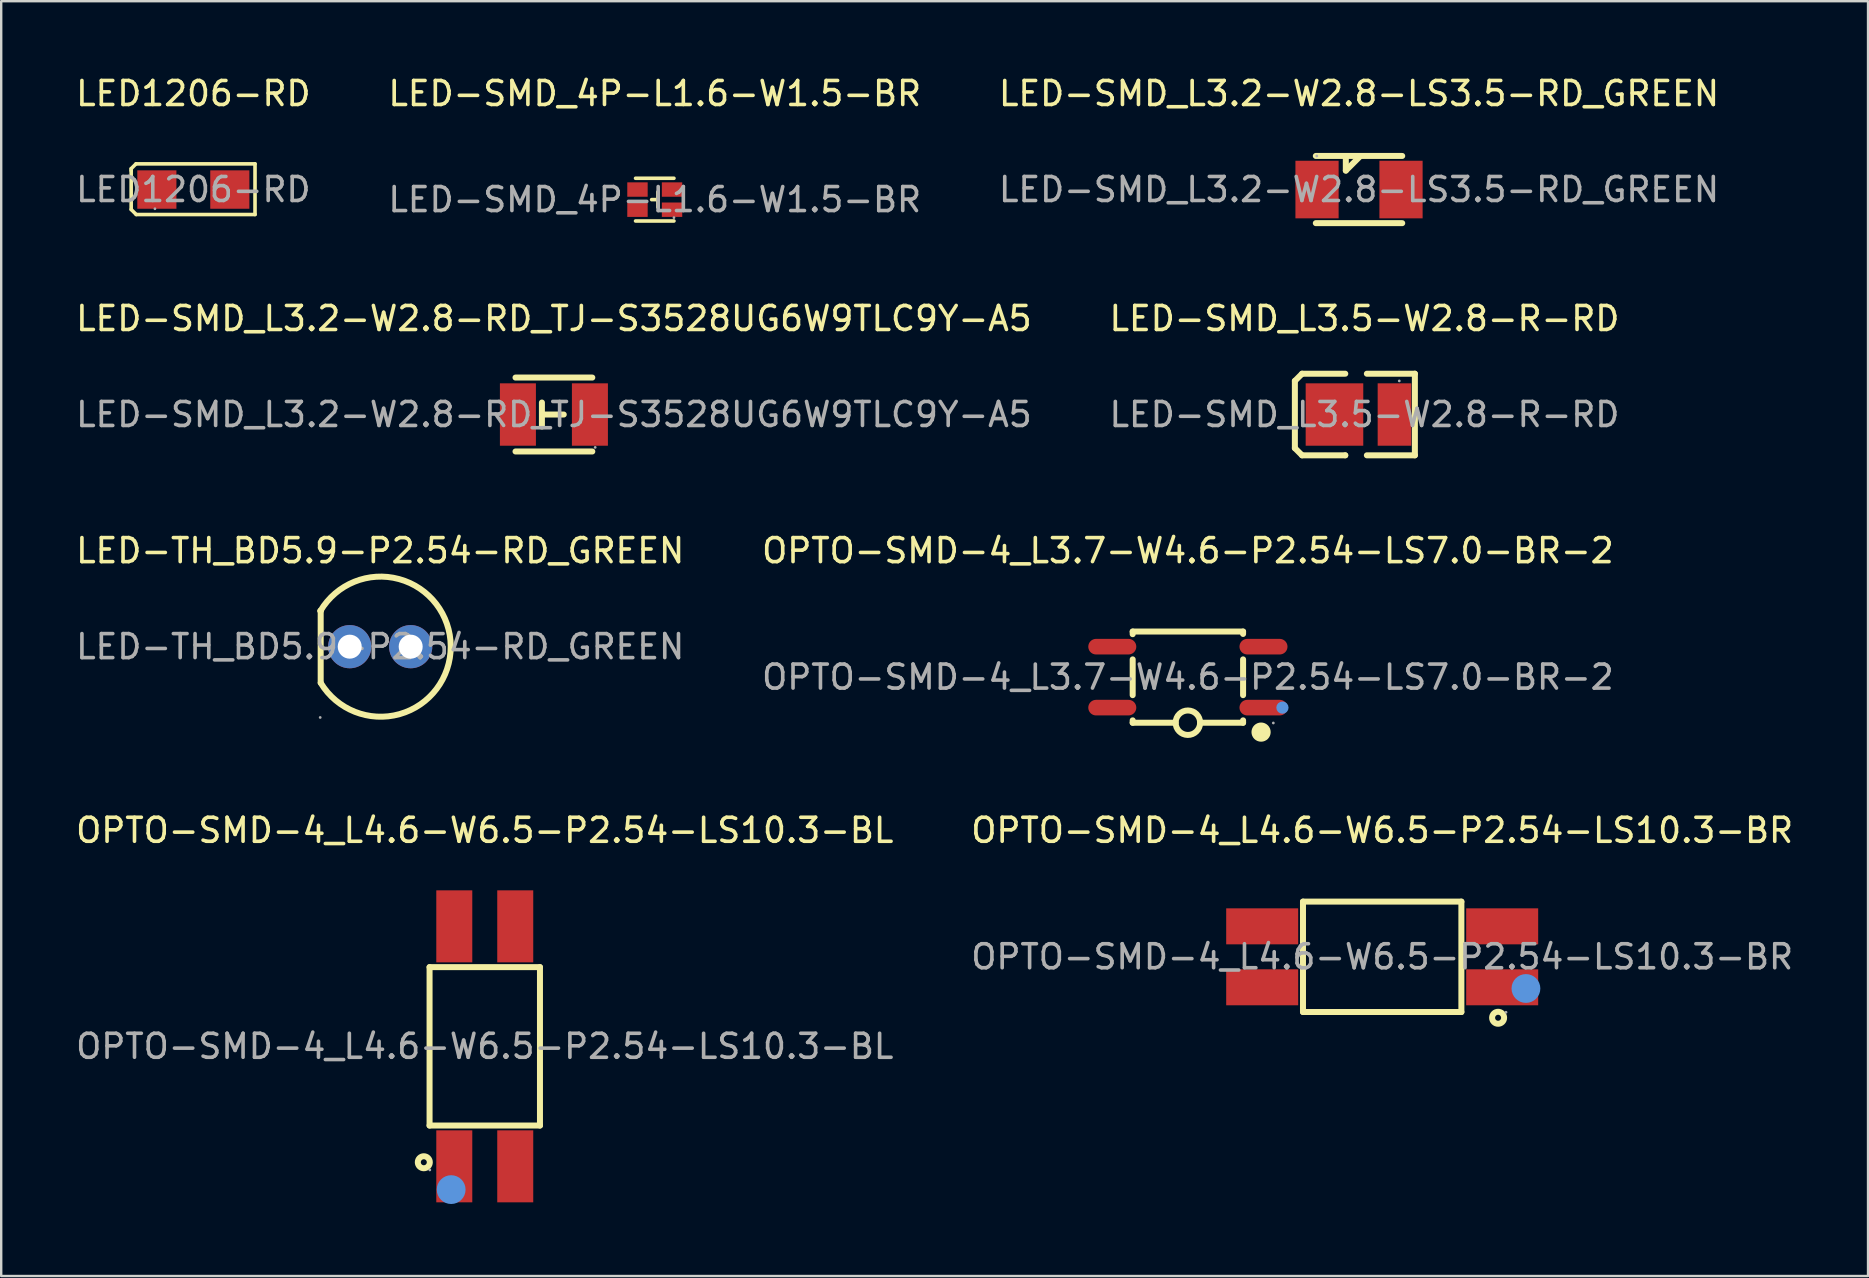
<source format=kicad_pcb>
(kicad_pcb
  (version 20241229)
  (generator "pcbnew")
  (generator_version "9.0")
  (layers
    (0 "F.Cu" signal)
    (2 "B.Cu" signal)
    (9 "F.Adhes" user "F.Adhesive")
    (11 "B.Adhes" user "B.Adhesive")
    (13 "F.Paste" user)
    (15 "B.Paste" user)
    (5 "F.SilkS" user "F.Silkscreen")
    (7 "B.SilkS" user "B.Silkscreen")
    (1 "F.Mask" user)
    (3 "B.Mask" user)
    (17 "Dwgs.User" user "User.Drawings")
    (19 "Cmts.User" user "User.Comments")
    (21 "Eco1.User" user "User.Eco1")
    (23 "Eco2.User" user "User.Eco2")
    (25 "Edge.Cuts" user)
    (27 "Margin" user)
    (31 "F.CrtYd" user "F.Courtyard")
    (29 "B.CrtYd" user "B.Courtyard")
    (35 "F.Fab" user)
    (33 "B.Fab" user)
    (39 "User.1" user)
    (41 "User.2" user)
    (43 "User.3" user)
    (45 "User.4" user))
  (footprint "OPTO-SMD-4_L3.7-W4.6-P2.54-LS7.0-BR-2"
    (layer "F.Cu")
    (at 46.446 25.165)
    (property "Reference" "OPTO-SMD-4_L3.7-W4.6-P2.54-LS7.0-BR-2" (at 0 -5.27 0) (layer "F.SilkS") (effects (font (size 1 1) (thickness 0.15))))
    (attr through_hole)
    (fp_line (start -2.3 -1.9) (end 2.3 -1.9) (stroke (width 0.25) (type solid)) (layer "F.SilkS"))
    (fp_line (start -2.3 -1.79) (end -2.3 -1.9) (stroke (width 0.25) (type solid)) (layer "F.SilkS"))
    (fp_line (start -2.3 0.75) (end -2.3 -0.74) (stroke (width 0.25) (type solid)) (layer "F.SilkS"))
    (fp_line (start -2.3 1.9) (end -2.3 1.8) (stroke (width 0.25) (type solid)) (layer "F.SilkS"))
    (fp_line (start -2.3 1.9) (end -0.51 1.9) (stroke (width 0.25) (type solid)) (layer "F.SilkS"))
    (fp_line (start 2.3 -1.8) (end 2.3 -1.9) (stroke (width 0.25) (type solid)) (layer "F.SilkS"))
    (fp_line (start 2.3 0.75) (end 2.3 -0.74) (stroke (width 0.25) (type solid)) (layer "F.SilkS"))
    (fp_line (start 2.3 1.9) (end 0.51 1.9) (stroke (width 0.25) (type solid)) (layer "F.SilkS"))
    (fp_line (start 2.3 1.9) (end 2.3 1.8) (stroke (width 0.25) (type solid)) (layer "F.SilkS"))
    (fp_arc (start 0.509922 1.908901) (mid -0.50998 1.895549) (end 0.51 1.9) (stroke (width 0.25) (type solid)) (layer "F.SilkS"))
    (fp_arc (start 3.05 2.29) (mid 3.05 2.29) (end 3.05 2.29) (stroke (width 0.4) (type solid)) (layer "F.SilkS"))
    (fp_circle (center 3.94 1.27) (end 4.07 1.27) (stroke (width 0.25) (type solid)) (fill no) (layer "Cmts.User"))
    (fp_circle (center 3.56 1.91) (end 3.59 1.91) (stroke (width 0.06) (type solid)) (fill no) (layer "F.Fab"))
    (fp_text user "${REFERENCE}" (at 0 0 0) (layer "F.Fab") (effects (font (size 1 1) (thickness 0.15))))
    (pad "1" smd oval (at 3.15 1.27 270) (size 0.65 2) (layers "F.Cu" "F.Mask" "F.Paste"))
    (pad "2" smd oval (at 3.15 -1.27 270) (size 0.65 2) (layers "F.Cu" "F.Mask" "F.Paste"))
    (pad "3" smd oval (at -3.15 -1.27 270) (size 0.65 2) (layers "F.Cu" "F.Mask" "F.Paste"))
    (pad "4" smd oval (at -3.15 1.27 270) (size 0.65 2) (layers "F.Cu" "F.Mask" "F.Paste")))
  (footprint "LED-SMD_L3.2-W2.8-LS3.5-RD_GREEN"
    (layer "F.Cu")
    (at 53.577 4.848)
    (property "Reference" "LED-SMD_L3.2-W2.8-LS3.5-RD_GREEN" (at 0 -4 0) (layer "F.SilkS") (effects (font (size 1 1) (thickness 0.15))))
    (attr through_hole)
    (fp_line (start -1.8 -1.4) (end 1.8 -1.4) (stroke (width 0.25) (type solid)) (layer "F.SilkS"))
    (fp_line (start -1.8 1.4) (end 1.8 1.4) (stroke (width 0.25) (type solid)) (layer "F.SilkS"))
    (fp_line (start -0.55 -1.4) (end -0.55 -0.79) (stroke (width 0.25) (type solid)) (layer "F.SilkS"))
    (fp_line (start -0.55 -0.79) (end 0.06 -1.4) (stroke (width 0.25) (type solid)) (layer "F.SilkS"))
    (fp_circle (center -1.76 -1.4) (end -1.73 -1.4) (stroke (width 0.06) (type solid)) (fill no) (layer "F.Fab"))
    (fp_text user "${REFERENCE}" (at 0 0 0) (layer "F.Fab") (effects (font (size 1 1) (thickness 0.15))))
    (pad "1" smd rect (at -1.75 0) (size 1.8 2.4) (layers "F.Cu" "F.Mask" "F.Paste"))
    (pad "2" smd rect (at 1.75 0) (size 1.8 2.4) (layers "F.Cu" "F.Mask" "F.Paste")))
  (footprint "LED-SMD_4P-L1.6-W1.5-BR"
    (layer "F.Cu")
    (at 24.232 5.268)
    (property "Reference" "LED-SMD_4P-L1.6-W1.5-BR" (at 0 -4.42 0) (layer "F.SilkS") (effects (font (size 1 1) (thickness 0.15))))
    (attr through_hole)
    (fp_line (start -0.8 -0.89) (end 0.8 -0.89) (stroke (width 0.15) (type solid)) (layer "F.SilkS"))
    (fp_line (start -0.13 0) (end 0.13 0) (stroke (width 0.15) (type solid)) (layer "F.SilkS"))
    (fp_line (start 0.13 -0.32) (end 0.13 0.32) (stroke (width 0.15) (type solid)) (layer "F.SilkS"))
    (fp_line (start 0.8 0.89) (end -0.8 0.89) (stroke (width 0.15) (type solid)) (layer "F.SilkS"))
    (fp_circle (center 0.8 0.75) (end 0.83 0.75) (stroke (width 0.06) (type solid)) (fill no) (layer "F.Fab"))
    (fp_text user "${REFERENCE}" (at 0 0 0) (layer "F.Fab") (effects (font (size 1 1) (thickness 0.15))))
    (pad "1" smd rect (at 0.72 0.42) (size 0.85 0.6) (layers "F.Cu" "F.Mask" "F.Paste"))
    (pad "2" smd rect (at 0.72 -0.42) (size 0.85 0.6) (layers "F.Cu" "F.Mask" "F.Paste"))
    (pad "3" smd rect (at -0.72 0.42) (size 0.85 0.6) (layers "F.Cu" "F.Mask" "F.Paste"))
    (pad "4" smd rect (at -0.72 -0.42) (size 0.85 0.6) (layers "F.Cu" "F.Mask" "F.Paste")))
  (footprint "OPTO-SMD-4_L4.6-W6.5-P2.54-LS10.3-BR"
    (layer "F.Cu")
    (at 54.542 36.818)
    (property "Reference" "OPTO-SMD-4_L4.6-W6.5-P2.54-LS10.3-BR" (at 0 -5.27 0) (layer "F.SilkS") (effects (font (size 1 1) (thickness 0.15))))
    (attr through_hole)
    (fp_line (start -3.3 -2.3) (end 3.3 -2.3) (stroke (width 0.25) (type solid)) (layer "F.SilkS"))
    (fp_line (start -3.3 2.3) (end -3.3 -2.3) (stroke (width 0.25) (type solid)) (layer "F.SilkS"))
    (fp_line (start 3.3 -2.3) (end 3.3 2.3) (stroke (width 0.25) (type solid)) (layer "F.SilkS"))
    (fp_line (start 3.3 2.3) (end -3.3 2.3) (stroke (width 0.25) (type solid)) (layer "F.SilkS"))
    (fp_circle (center 4.83 2.54) (end 5.08 2.54) (stroke (width 0.25) (type solid)) (fill no) (layer "F.SilkS"))
    (fp_circle (center 5.99 1.32) (end 6.29 1.32) (stroke (width 0.6) (type solid)) (fill no) (layer "Cmts.User"))
    (fp_circle (center 5.16 2.31) (end 5.19 2.31) (stroke (width 0.06) (type solid)) (fill no) (layer "F.Fab"))
    (fp_text user "${REFERENCE}" (at 0 0 0) (layer "F.Fab") (effects (font (size 1 1) (thickness 0.15))))
    (pad "1" smd rect (at 5 1.27 270) (size 1.5 3) (layers "F.Cu" "F.Mask" "F.Paste"))
    (pad "2" smd rect (at 5 -1.27 270) (size 1.5 3) (layers "F.Cu" "F.Mask" "F.Paste"))
    (pad "3" smd rect (at -5 -1.27 270) (size 1.5 3) (layers "F.Cu" "F.Mask" "F.Paste"))
    (pad "4" smd rect (at -5 1.27 270) (size 1.5 3) (layers "F.Cu" "F.Mask" "F.Paste")))
  (footprint "LED1206-RD"
    (layer "F.Cu")
    (at 5.006 4.848)
    (property "Reference" "LED1206-RD" (at 0 -4 0) (layer "F.SilkS") (effects (font (size 1 1) (thickness 0.15))))
    (attr through_hole)
    (fp_line (start -2.59 -0.87) (end -2.39 -1.07) (stroke (width 0.15) (type solid)) (layer "F.SilkS"))
    (fp_line (start -2.59 -0.79) (end -2.59 -0.87) (stroke (width 0.15) (type solid)) (layer "F.SilkS"))
    (fp_line (start -2.59 -0.79) (end -2.59 0.83) (stroke (width 0.15) (type solid)) (layer "F.SilkS"))
    (fp_line (start -2.59 0.83) (end -2.38 1.04) (stroke (width 0.15) (type solid)) (layer "F.SilkS"))
    (fp_line (start -2.39 -1.07) (end 2.57 -1.07) (stroke (width 0.15) (type solid)) (layer "F.SilkS"))
    (fp_line (start 2.57 -1.07) (end 2.57 1.04) (stroke (width 0.15) (type solid)) (layer "F.SilkS"))
    (fp_line (start 2.57 1.04) (end -2.38 1.04) (stroke (width 0.15) (type solid)) (layer "F.SilkS"))
    (fp_circle (center -1.6 0.8) (end -1.57 0.8) (stroke (width 0.06) (type solid)) (fill no) (layer "F.Fab"))
    (fp_text user "${REFERENCE}" (at 0 0 0) (layer "F.Fab") (effects (font (size 1 1) (thickness 0.15))))
    (pad "1" smd rect (at -1.52 0) (size 1.63 1.6) (layers "F.Cu" "F.Mask" "F.Paste"))
    (pad "2" smd rect (at 1.52 0) (size 1.63 1.6) (layers "F.Cu" "F.Mask" "F.Paste")))
  (footprint "LED-SMD_L3.5-W2.8-R-RD"
    (layer "F.Cu")
    (at 53.804 14.222)
    (property "Reference" "LED-SMD_L3.5-W2.8-R-RD" (at 0 -4 0) (layer "F.SilkS") (effects (font (size 1 1) (thickness 0.15))))
    (attr through_hole)
    (fp_line (start -2.9 -1.4) (end -2.9 1.4) (stroke (width 0.25) (type solid)) (layer "F.SilkS"))
    (fp_line (start -2.9 1.4) (end -2.6 1.7) (stroke (width 0.25) (type solid)) (layer "F.SilkS"))
    (fp_line (start -2.6 -1.7) (end -2.9 -1.4) (stroke (width 0.25) (type solid)) (layer "F.SilkS"))
    (fp_line (start -2.6 1.7) (end -0.8 1.7) (stroke (width 0.25) (type solid)) (layer "F.SilkS"))
    (fp_line (start -0.8 -1.7) (end -2.6 -1.7) (stroke (width 0.25) (type solid)) (layer "F.SilkS"))
    (fp_line (start -0.8 1.7) (end -0.8 1.7) (stroke (width 0.25) (type solid)) (layer "F.SilkS"))
    (fp_line (start 0.1 -1.7) (end 2.1 -1.7) (stroke (width 0.25) (type solid)) (layer "F.SilkS"))
    (fp_line (start 2.1 -1.7) (end 2.1 1.7) (stroke (width 0.25) (type solid)) (layer "F.SilkS"))
    (fp_line (start 2.1 1.7) (end 0.1 1.7) (stroke (width 0.25) (type solid)) (layer "F.SilkS"))
    (fp_circle (center 1.45 -1.4) (end 1.48 -1.4) (stroke (width 0.06) (type solid)) (fill no) (layer "F.Fab"))
    (fp_text user "${REFERENCE}" (at 0 0 0) (layer "F.Fab") (effects (font (size 1 1) (thickness 0.15))))
    (pad "1" smd rect (at 1.25 0 180) (size 1.4 2.6) (layers "F.Cu" "F.Mask" "F.Paste"))
    (pad "2" smd rect (at -1.25 0) (size 2.4 2.6) (layers "F.Cu" "F.Mask" "F.Paste")))
  (footprint "OPTO-SMD-4_L4.6-W6.5-P2.54-LS10.3-BL"
    (layer "F.Cu")
    (at 17.149 40.548)
    (property "Reference" "OPTO-SMD-4_L4.6-W6.5-P2.54-LS10.3-BL" (at 0 -9 0) (layer "F.SilkS") (effects (font (size 1 1) (thickness 0.15))))
    (attr through_hole)
    (fp_line (start -2.3 -3.3) (end 2.3 -3.3) (stroke (width 0.25) (type solid)) (layer "F.SilkS"))
    (fp_line (start -2.3 3.3) (end -2.3 -3.3) (stroke (width 0.25) (type solid)) (layer "F.SilkS"))
    (fp_line (start 2.3 -3.3) (end 2.3 3.3) (stroke (width 0.25) (type solid)) (layer "F.SilkS"))
    (fp_line (start 2.3 3.3) (end -2.3 3.3) (stroke (width 0.25) (type solid)) (layer "F.SilkS"))
    (fp_circle (center -2.54 4.83) (end -2.29 4.83) (stroke (width 0.25) (type solid)) (fill no) (layer "F.SilkS"))
    (fp_circle (center -1.4 5.97) (end -1.1 5.97) (stroke (width 0.6) (type solid)) (fill no) (layer "Cmts.User"))
    (fp_circle (center -2.29 5.15) (end -2.26 5.15) (stroke (width 0.06) (type solid)) (fill no) (layer "F.Fab"))
    (fp_text user "${REFERENCE}" (at 0 0 0) (layer "F.Fab") (effects (font (size 1 1) (thickness 0.15))))
    (pad "1" smd rect (at -1.27 5 180) (size 1.5 3) (layers "F.Cu" "F.Mask" "F.Paste"))
    (pad "2" smd rect (at 1.27 5 180) (size 1.5 3) (layers "F.Cu" "F.Mask" "F.Paste"))
    (pad "3" smd rect (at 1.27 -5 180) (size 1.5 3) (layers "F.Cu" "F.Mask" "F.Paste"))
    (pad "4" smd rect (at -1.27 -5 180) (size 1.5 3) (layers "F.Cu" "F.Mask" "F.Paste")))
  (footprint "LED-SMD_L3.2-W2.8-RD_TJ-S3528UG6W9TLC9Y-A5"
    (layer "F.Cu")
    (at 20.03 14.222)
    (property "Reference" "LED-SMD_L3.2-W2.8-RD_TJ-S3528UG6W9TLC9Y-A5" (at 0 -4 0) (layer "F.SilkS") (effects (font (size 1 1) (thickness 0.15))))
    (attr through_hole)
    (fp_line (start -0.5 -0.5) (end -0.5 0.5) (stroke (width 0.25) (type solid)) (layer "F.SilkS"))
    (fp_line (start 0.41 0) (end -0.43 0) (stroke (width 0.25) (type solid)) (layer "F.SilkS"))
    (fp_line (start 1.6 -1.54) (end -1.6 -1.54) (stroke (width 0.25) (type solid)) (layer "F.SilkS"))
    (fp_line (start 1.6 1.54) (end -1.6 1.54) (stroke (width 0.25) (type solid)) (layer "F.SilkS"))
    (fp_circle (center 1.72 1.37) (end 1.75 1.37) (stroke (width 0.06) (type solid)) (fill no) (layer "F.Fab"))
    (fp_text user "${REFERENCE}" (at 0 0 0) (layer "F.Fab") (effects (font (size 1 1) (thickness 0.15))))
    (pad "1" smd rect (at 1.5 0 180) (size 1.5 2.6) (layers "F.Cu" "F.Mask" "F.Paste"))
    (pad "2" smd rect (at -1.5 0 180) (size 1.5 2.6) (layers "F.Cu" "F.Mask" "F.Paste")))
  (footprint "LED-TH_BD5.9-P2.54-RD_GREEN"
    (layer "F.Cu")
    (at 12.792 23.895)
    (property "Reference" "LED-TH_BD5.9-P2.54-RD_GREEN" (at 0 -4 0) (layer "F.SilkS") (effects (font (size 1 1) (thickness 0.15))))
    (attr through_hole)
    (fp_line (start -2.48 -1.49) (end -2.48 1.5) (stroke (width 0.25) (type solid)) (layer "F.SilkS"))
    (fp_arc (start -2.49366 -1.49366) (mid -2.48634 -1.49366) (end -2.48 -1.49) (stroke (width 0.25) (type solid)) (layer "F.SilkS"))
    (fp_arc (start -2.49 -1.49) (mid 2.938918 -0.010981) (end -2.478718 1.508843) (stroke (width 0.25) (type solid)) (layer "F.SilkS"))
    (fp_circle (center -2.5 2.95) (end -2.47 2.95) (stroke (width 0.06) (type solid)) (fill no) (layer "F.Fab"))
    (fp_text user "${REFERENCE}" (at 0 0 0) (layer "F.Fab") (effects (font (size 1 1) (thickness 0.15))))
    (pad "1" thru_hole circle (at -1.27 0) (size 1.8 1.8) (drill 1) (layers "*.Cu" "*.Paste" "*.Mask"))
    (pad "2" thru_hole circle (at 1.27 0) (size 1.8 1.8) (drill 1) (layers "*.Cu" "*.Paste" "*.Mask")))
  (gr_rect
    (start -3 -3)
    (end 74.786 50.118)
    (stroke (width 0.1) (type default))
    (fill no)
    (layer "Edge.Cuts")))
</source>
